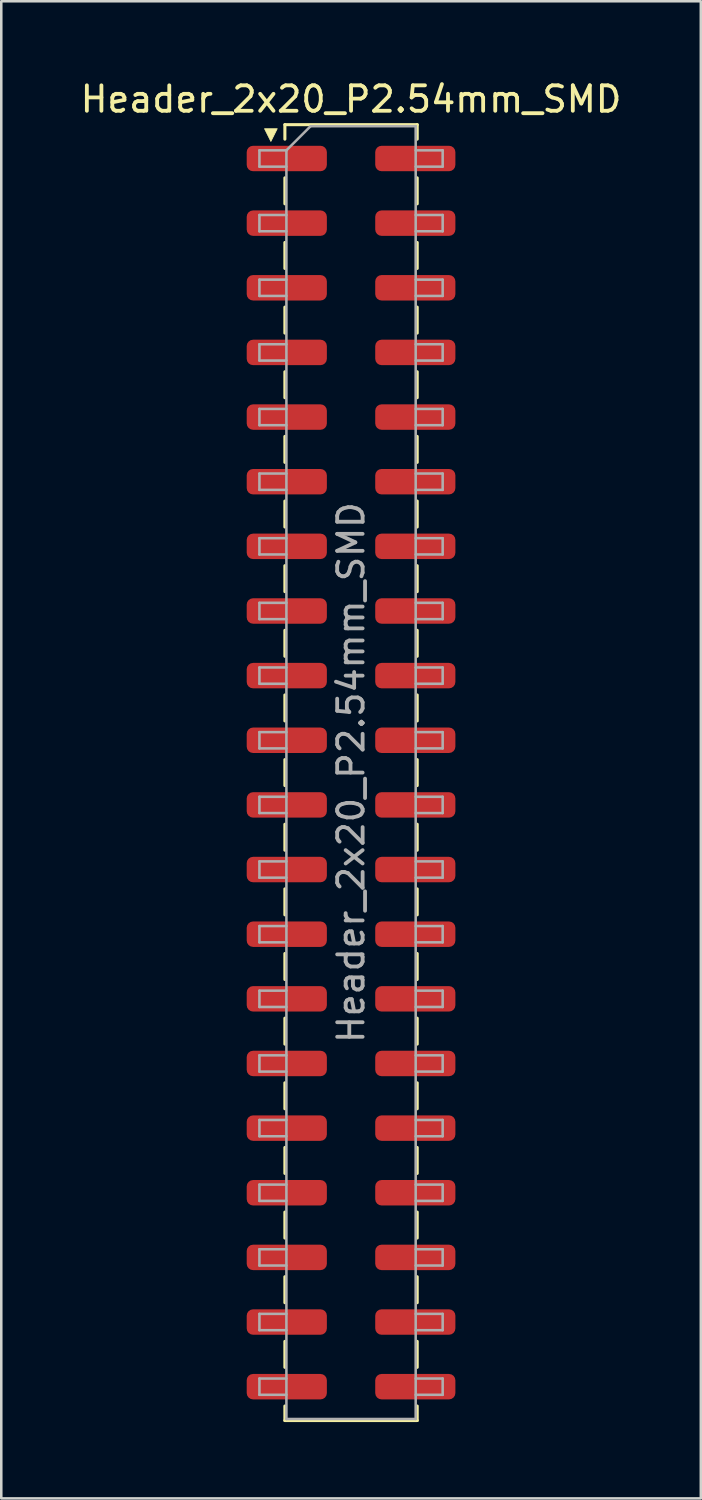
<source format=kicad_pcb>
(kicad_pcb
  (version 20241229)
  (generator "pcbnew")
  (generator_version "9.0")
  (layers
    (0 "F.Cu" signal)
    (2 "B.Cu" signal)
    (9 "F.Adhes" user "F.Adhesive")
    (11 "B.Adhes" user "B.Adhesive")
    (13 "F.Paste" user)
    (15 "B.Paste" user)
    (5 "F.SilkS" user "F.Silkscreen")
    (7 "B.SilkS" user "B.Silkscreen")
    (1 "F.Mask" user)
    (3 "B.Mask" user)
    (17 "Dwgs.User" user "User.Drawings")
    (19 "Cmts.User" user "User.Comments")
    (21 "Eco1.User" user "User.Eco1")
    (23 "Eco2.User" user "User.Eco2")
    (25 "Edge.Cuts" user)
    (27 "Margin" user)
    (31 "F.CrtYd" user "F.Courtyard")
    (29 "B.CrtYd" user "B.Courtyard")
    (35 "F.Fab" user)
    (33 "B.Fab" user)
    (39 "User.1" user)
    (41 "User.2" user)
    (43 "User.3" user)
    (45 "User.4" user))
  (footprint "Header_2x20_P2.54mm_SMD"
    (layer "F.Cu")
    (at 10.744 27.308)
    (property "Reference" "Header_2x20_P2.54mm_SMD" (at 0 -26.46 0) (layer "F.SilkS") (effects (font (size 1 1) (thickness 0.15))))
    (attr smd)
    (fp_line (start -2.6 -25.46) (end -2.6 -24.89) (stroke (width 0.12) (type solid)) (layer "F.SilkS"))
    (fp_line (start -2.6 -25.46) (end 2.6 -25.46) (stroke (width 0.12) (type solid)) (layer "F.SilkS"))
    (fp_line (start -2.6 -23.37) (end -2.6 -22.35) (stroke (width 0.12) (type solid)) (layer "F.SilkS"))
    (fp_line (start -2.6 -20.83) (end -2.6 -19.81) (stroke (width 0.12) (type solid)) (layer "F.SilkS"))
    (fp_line (start -2.6 -18.29) (end -2.6 -17.27) (stroke (width 0.12) (type solid)) (layer "F.SilkS"))
    (fp_line (start -2.6 -15.75) (end -2.6 -14.73) (stroke (width 0.12) (type solid)) (layer "F.SilkS"))
    (fp_line (start -2.6 -13.21) (end -2.6 -12.19) (stroke (width 0.12) (type solid)) (layer "F.SilkS"))
    (fp_line (start -2.6 -10.67) (end -2.6 -9.65) (stroke (width 0.12) (type solid)) (layer "F.SilkS"))
    (fp_line (start -2.6 -8.13) (end -2.6 -7.11) (stroke (width 0.12) (type solid)) (layer "F.SilkS"))
    (fp_line (start -2.6 -5.59) (end -2.6 -4.57) (stroke (width 0.12) (type solid)) (layer "F.SilkS"))
    (fp_line (start -2.6 -3.05) (end -2.6 -2.03) (stroke (width 0.12) (type solid)) (layer "F.SilkS"))
    (fp_line (start -2.6 -0.51) (end -2.6 0.51) (stroke (width 0.12) (type solid)) (layer "F.SilkS"))
    (fp_line (start -2.6 2.03) (end -2.6 3.05) (stroke (width 0.12) (type solid)) (layer "F.SilkS"))
    (fp_line (start -2.6 4.57) (end -2.6 5.59) (stroke (width 0.12) (type solid)) (layer "F.SilkS"))
    (fp_line (start -2.6 7.11) (end -2.6 8.13) (stroke (width 0.12) (type solid)) (layer "F.SilkS"))
    (fp_line (start -2.6 9.65) (end -2.6 10.67) (stroke (width 0.12) (type solid)) (layer "F.SilkS"))
    (fp_line (start -2.6 12.19) (end -2.6 13.21) (stroke (width 0.12) (type solid)) (layer "F.SilkS"))
    (fp_line (start -2.6 14.73) (end -2.6 15.75) (stroke (width 0.12) (type solid)) (layer "F.SilkS"))
    (fp_line (start -2.6 17.27) (end -2.6 18.29) (stroke (width 0.12) (type solid)) (layer "F.SilkS"))
    (fp_line (start -2.6 19.81) (end -2.6 20.83) (stroke (width 0.12) (type solid)) (layer "F.SilkS"))
    (fp_line (start -2.6 22.35) (end -2.6 23.37) (stroke (width 0.12) (type solid)) (layer "F.SilkS"))
    (fp_line (start -2.6 24.89) (end -2.6 25.46) (stroke (width 0.12) (type solid)) (layer "F.SilkS"))
    (fp_line (start -2.6 25.46) (end 2.6 25.46) (stroke (width 0.12) (type solid)) (layer "F.SilkS"))
    (fp_line (start 2.6 -25.46) (end 2.6 -24.89) (stroke (width 0.12) (type solid)) (layer "F.SilkS"))
    (fp_line (start 2.6 -23.37) (end 2.6 -22.35) (stroke (width 0.12) (type solid)) (layer "F.SilkS"))
    (fp_line (start 2.6 -20.83) (end 2.6 -19.81) (stroke (width 0.12) (type solid)) (layer "F.SilkS"))
    (fp_line (start 2.6 -18.29) (end 2.6 -17.27) (stroke (width 0.12) (type solid)) (layer "F.SilkS"))
    (fp_line (start 2.6 -15.75) (end 2.6 -14.73) (stroke (width 0.12) (type solid)) (layer "F.SilkS"))
    (fp_line (start 2.6 -13.21) (end 2.6 -12.19) (stroke (width 0.12) (type solid)) (layer "F.SilkS"))
    (fp_line (start 2.6 -10.67) (end 2.6 -9.65) (stroke (width 0.12) (type solid)) (layer "F.SilkS"))
    (fp_line (start 2.6 -8.13) (end 2.6 -7.11) (stroke (width 0.12) (type solid)) (layer "F.SilkS"))
    (fp_line (start 2.6 -5.59) (end 2.6 -4.57) (stroke (width 0.12) (type solid)) (layer "F.SilkS"))
    (fp_line (start 2.6 -3.05) (end 2.6 -2.03) (stroke (width 0.12) (type solid)) (layer "F.SilkS"))
    (fp_line (start 2.6 -0.51) (end 2.6 0.51) (stroke (width 0.12) (type solid)) (layer "F.SilkS"))
    (fp_line (start 2.6 2.03) (end 2.6 3.05) (stroke (width 0.12) (type solid)) (layer "F.SilkS"))
    (fp_line (start 2.6 4.57) (end 2.6 5.59) (stroke (width 0.12) (type solid)) (layer "F.SilkS"))
    (fp_line (start 2.6 7.11) (end 2.6 8.13) (stroke (width 0.12) (type solid)) (layer "F.SilkS"))
    (fp_line (start 2.6 9.65) (end 2.6 10.67) (stroke (width 0.12) (type solid)) (layer "F.SilkS"))
    (fp_line (start 2.6 12.19) (end 2.6 13.21) (stroke (width 0.12) (type solid)) (layer "F.SilkS"))
    (fp_line (start 2.6 14.73) (end 2.6 15.75) (stroke (width 0.12) (type solid)) (layer "F.SilkS"))
    (fp_line (start 2.6 17.27) (end 2.6 18.29) (stroke (width 0.12) (type solid)) (layer "F.SilkS"))
    (fp_line (start 2.6 19.81) (end 2.6 20.83) (stroke (width 0.12) (type solid)) (layer "F.SilkS"))
    (fp_line (start 2.6 22.35) (end 2.6 23.37) (stroke (width 0.12) (type solid)) (layer "F.SilkS"))
    (fp_line (start 2.6 24.89) (end 2.6 25.46) (stroke (width 0.12) (type solid)) (layer "F.SilkS"))
    (fp_poly (pts (xy -3.15 -24.8) (xy -3.4 -25.3) (xy -2.9 -25.3)) (stroke (width 0.03) (type solid)) (fill yes) (layer "F.SilkS"))
    (fp_line (start -3.6 -24.45) (end -3.6 -23.81) (stroke (width 0.1) (type solid)) (layer "F.Fab"))
    (fp_line (start -3.6 -23.81) (end -2.54 -23.81) (stroke (width 0.1) (type solid)) (layer "F.Fab"))
    (fp_line (start -3.6 -21.91) (end -3.6 -21.27) (stroke (width 0.1) (type solid)) (layer "F.Fab"))
    (fp_line (start -3.6 -21.27) (end -2.54 -21.27) (stroke (width 0.1) (type solid)) (layer "F.Fab"))
    (fp_line (start -3.6 -19.37) (end -3.6 -18.73) (stroke (width 0.1) (type solid)) (layer "F.Fab"))
    (fp_line (start -3.6 -18.73) (end -2.54 -18.73) (stroke (width 0.1) (type solid)) (layer "F.Fab"))
    (fp_line (start -3.6 -16.83) (end -3.6 -16.19) (stroke (width 0.1) (type solid)) (layer "F.Fab"))
    (fp_line (start -3.6 -16.19) (end -2.54 -16.19) (stroke (width 0.1) (type solid)) (layer "F.Fab"))
    (fp_line (start -3.6 -14.29) (end -3.6 -13.65) (stroke (width 0.1) (type solid)) (layer "F.Fab"))
    (fp_line (start -3.6 -13.65) (end -2.54 -13.65) (stroke (width 0.1) (type solid)) (layer "F.Fab"))
    (fp_line (start -3.6 -11.75) (end -3.6 -11.11) (stroke (width 0.1) (type solid)) (layer "F.Fab"))
    (fp_line (start -3.6 -11.11) (end -2.54 -11.11) (stroke (width 0.1) (type solid)) (layer "F.Fab"))
    (fp_line (start -3.6 -9.21) (end -3.6 -8.57) (stroke (width 0.1) (type solid)) (layer "F.Fab"))
    (fp_line (start -3.6 -8.57) (end -2.54 -8.57) (stroke (width 0.1) (type solid)) (layer "F.Fab"))
    (fp_line (start -3.6 -6.67) (end -3.6 -6.03) (stroke (width 0.1) (type solid)) (layer "F.Fab"))
    (fp_line (start -3.6 -6.03) (end -2.54 -6.03) (stroke (width 0.1) (type solid)) (layer "F.Fab"))
    (fp_line (start -3.6 -4.13) (end -3.6 -3.49) (stroke (width 0.1) (type solid)) (layer "F.Fab"))
    (fp_line (start -3.6 -3.49) (end -2.54 -3.49) (stroke (width 0.1) (type solid)) (layer "F.Fab"))
    (fp_line (start -3.6 -1.59) (end -3.6 -0.95) (stroke (width 0.1) (type solid)) (layer "F.Fab"))
    (fp_line (start -3.6 -0.95) (end -2.54 -0.95) (stroke (width 0.1) (type solid)) (layer "F.Fab"))
    (fp_line (start -3.6 0.95) (end -3.6 1.59) (stroke (width 0.1) (type solid)) (layer "F.Fab"))
    (fp_line (start -3.6 1.59) (end -2.54 1.59) (stroke (width 0.1) (type solid)) (layer "F.Fab"))
    (fp_line (start -3.6 3.49) (end -3.6 4.13) (stroke (width 0.1) (type solid)) (layer "F.Fab"))
    (fp_line (start -3.6 4.13) (end -2.54 4.13) (stroke (width 0.1) (type solid)) (layer "F.Fab"))
    (fp_line (start -3.6 6.03) (end -3.6 6.67) (stroke (width 0.1) (type solid)) (layer "F.Fab"))
    (fp_line (start -3.6 6.67) (end -2.54 6.67) (stroke (width 0.1) (type solid)) (layer "F.Fab"))
    (fp_line (start -3.6 8.57) (end -3.6 9.21) (stroke (width 0.1) (type solid)) (layer "F.Fab"))
    (fp_line (start -3.6 9.21) (end -2.54 9.21) (stroke (width 0.1) (type solid)) (layer "F.Fab"))
    (fp_line (start -3.6 11.11) (end -3.6 11.75) (stroke (width 0.1) (type solid)) (layer "F.Fab"))
    (fp_line (start -3.6 11.75) (end -2.54 11.75) (stroke (width 0.1) (type solid)) (layer "F.Fab"))
    (fp_line (start -3.6 13.65) (end -3.6 14.29) (stroke (width 0.1) (type solid)) (layer "F.Fab"))
    (fp_line (start -3.6 14.29) (end -2.54 14.29) (stroke (width 0.1) (type solid)) (layer "F.Fab"))
    (fp_line (start -3.6 16.19) (end -3.6 16.83) (stroke (width 0.1) (type solid)) (layer "F.Fab"))
    (fp_line (start -3.6 16.83) (end -2.54 16.83) (stroke (width 0.1) (type solid)) (layer "F.Fab"))
    (fp_line (start -3.6 18.73) (end -3.6 19.37) (stroke (width 0.1) (type solid)) (layer "F.Fab"))
    (fp_line (start -3.6 19.37) (end -2.54 19.37) (stroke (width 0.1) (type solid)) (layer "F.Fab"))
    (fp_line (start -3.6 21.27) (end -3.6 21.91) (stroke (width 0.1) (type solid)) (layer "F.Fab"))
    (fp_line (start -3.6 21.91) (end -2.54 21.91) (stroke (width 0.1) (type solid)) (layer "F.Fab"))
    (fp_line (start -3.6 23.81) (end -3.6 24.45) (stroke (width 0.1) (type solid)) (layer "F.Fab"))
    (fp_line (start -3.6 24.45) (end -2.54 24.45) (stroke (width 0.1) (type solid)) (layer "F.Fab"))
    (fp_line (start -2.54 -24.45) (end -3.6 -24.45) (stroke (width 0.1) (type solid)) (layer "F.Fab"))
    (fp_line (start -2.54 -24.45) (end -1.59 -25.4) (stroke (width 0.1) (type solid)) (layer "F.Fab"))
    (fp_line (start -2.54 -21.91) (end -3.6 -21.91) (stroke (width 0.1) (type solid)) (layer "F.Fab"))
    (fp_line (start -2.54 -19.37) (end -3.6 -19.37) (stroke (width 0.1) (type solid)) (layer "F.Fab"))
    (fp_line (start -2.54 -16.83) (end -3.6 -16.83) (stroke (width 0.1) (type solid)) (layer "F.Fab"))
    (fp_line (start -2.54 -14.29) (end -3.6 -14.29) (stroke (width 0.1) (type solid)) (layer "F.Fab"))
    (fp_line (start -2.54 -11.75) (end -3.6 -11.75) (stroke (width 0.1) (type solid)) (layer "F.Fab"))
    (fp_line (start -2.54 -9.21) (end -3.6 -9.21) (stroke (width 0.1) (type solid)) (layer "F.Fab"))
    (fp_line (start -2.54 -6.67) (end -3.6 -6.67) (stroke (width 0.1) (type solid)) (layer "F.Fab"))
    (fp_line (start -2.54 -4.13) (end -3.6 -4.13) (stroke (width 0.1) (type solid)) (layer "F.Fab"))
    (fp_line (start -2.54 -1.59) (end -3.6 -1.59) (stroke (width 0.1) (type solid)) (layer "F.Fab"))
    (fp_line (start -2.54 0.95) (end -3.6 0.95) (stroke (width 0.1) (type solid)) (layer "F.Fab"))
    (fp_line (start -2.54 3.49) (end -3.6 3.49) (stroke (width 0.1) (type solid)) (layer "F.Fab"))
    (fp_line (start -2.54 6.03) (end -3.6 6.03) (stroke (width 0.1) (type solid)) (layer "F.Fab"))
    (fp_line (start -2.54 8.57) (end -3.6 8.57) (stroke (width 0.1) (type solid)) (layer "F.Fab"))
    (fp_line (start -2.54 11.11) (end -3.6 11.11) (stroke (width 0.1) (type solid)) (layer "F.Fab"))
    (fp_line (start -2.54 13.65) (end -3.6 13.65) (stroke (width 0.1) (type solid)) (layer "F.Fab"))
    (fp_line (start -2.54 16.19) (end -3.6 16.19) (stroke (width 0.1) (type solid)) (layer "F.Fab"))
    (fp_line (start -2.54 18.73) (end -3.6 18.73) (stroke (width 0.1) (type solid)) (layer "F.Fab"))
    (fp_line (start -2.54 21.27) (end -3.6 21.27) (stroke (width 0.1) (type solid)) (layer "F.Fab"))
    (fp_line (start -2.54 23.81) (end -3.6 23.81) (stroke (width 0.1) (type solid)) (layer "F.Fab"))
    (fp_line (start -2.54 25.4) (end -2.54 -24.45) (stroke (width 0.1) (type solid)) (layer "F.Fab"))
    (fp_line (start -1.59 -25.4) (end 2.54 -25.4) (stroke (width 0.1) (type solid)) (layer "F.Fab"))
    (fp_line (start 2.54 -25.4) (end 2.54 25.4) (stroke (width 0.1) (type solid)) (layer "F.Fab"))
    (fp_line (start 2.54 -24.45) (end 3.6 -24.45) (stroke (width 0.1) (type solid)) (layer "F.Fab"))
    (fp_line (start 2.54 -21.91) (end 3.6 -21.91) (stroke (width 0.1) (type solid)) (layer "F.Fab"))
    (fp_line (start 2.54 -19.37) (end 3.6 -19.37) (stroke (width 0.1) (type solid)) (layer "F.Fab"))
    (fp_line (start 2.54 -16.83) (end 3.6 -16.83) (stroke (width 0.1) (type solid)) (layer "F.Fab"))
    (fp_line (start 2.54 -14.29) (end 3.6 -14.29) (stroke (width 0.1) (type solid)) (layer "F.Fab"))
    (fp_line (start 2.54 -11.75) (end 3.6 -11.75) (stroke (width 0.1) (type solid)) (layer "F.Fab"))
    (fp_line (start 2.54 -9.21) (end 3.6 -9.21) (stroke (width 0.1) (type solid)) (layer "F.Fab"))
    (fp_line (start 2.54 -6.67) (end 3.6 -6.67) (stroke (width 0.1) (type solid)) (layer "F.Fab"))
    (fp_line (start 2.54 -4.13) (end 3.6 -4.13) (stroke (width 0.1) (type solid)) (layer "F.Fab"))
    (fp_line (start 2.54 -1.59) (end 3.6 -1.59) (stroke (width 0.1) (type solid)) (layer "F.Fab"))
    (fp_line (start 2.54 0.95) (end 3.6 0.95) (stroke (width 0.1) (type solid)) (layer "F.Fab"))
    (fp_line (start 2.54 3.49) (end 3.6 3.49) (stroke (width 0.1) (type solid)) (layer "F.Fab"))
    (fp_line (start 2.54 6.03) (end 3.6 6.03) (stroke (width 0.1) (type solid)) (layer "F.Fab"))
    (fp_line (start 2.54 8.57) (end 3.6 8.57) (stroke (width 0.1) (type solid)) (layer "F.Fab"))
    (fp_line (start 2.54 11.11) (end 3.6 11.11) (stroke (width 0.1) (type solid)) (layer "F.Fab"))
    (fp_line (start 2.54 13.65) (end 3.6 13.65) (stroke (width 0.1) (type solid)) (layer "F.Fab"))
    (fp_line (start 2.54 16.19) (end 3.6 16.19) (stroke (width 0.1) (type solid)) (layer "F.Fab"))
    (fp_line (start 2.54 18.73) (end 3.6 18.73) (stroke (width 0.1) (type solid)) (layer "F.Fab"))
    (fp_line (start 2.54 21.27) (end 3.6 21.27) (stroke (width 0.1) (type solid)) (layer "F.Fab"))
    (fp_line (start 2.54 23.81) (end 3.6 23.81) (stroke (width 0.1) (type solid)) (layer "F.Fab"))
    (fp_line (start 2.54 25.4) (end -2.54 25.4) (stroke (width 0.1) (type solid)) (layer "F.Fab"))
    (fp_line (start 3.6 -24.45) (end 3.6 -23.81) (stroke (width 0.1) (type solid)) (layer "F.Fab"))
    (fp_line (start 3.6 -23.81) (end 2.54 -23.81) (stroke (width 0.1) (type solid)) (layer "F.Fab"))
    (fp_line (start 3.6 -21.91) (end 3.6 -21.27) (stroke (width 0.1) (type solid)) (layer "F.Fab"))
    (fp_line (start 3.6 -21.27) (end 2.54 -21.27) (stroke (width 0.1) (type solid)) (layer "F.Fab"))
    (fp_line (start 3.6 -19.37) (end 3.6 -18.73) (stroke (width 0.1) (type solid)) (layer "F.Fab"))
    (fp_line (start 3.6 -18.73) (end 2.54 -18.73) (stroke (width 0.1) (type solid)) (layer "F.Fab"))
    (fp_line (start 3.6 -16.83) (end 3.6 -16.19) (stroke (width 0.1) (type solid)) (layer "F.Fab"))
    (fp_line (start 3.6 -16.19) (end 2.54 -16.19) (stroke (width 0.1) (type solid)) (layer "F.Fab"))
    (fp_line (start 3.6 -14.29) (end 3.6 -13.65) (stroke (width 0.1) (type solid)) (layer "F.Fab"))
    (fp_line (start 3.6 -13.65) (end 2.54 -13.65) (stroke (width 0.1) (type solid)) (layer "F.Fab"))
    (fp_line (start 3.6 -11.75) (end 3.6 -11.11) (stroke (width 0.1) (type solid)) (layer "F.Fab"))
    (fp_line (start 3.6 -11.11) (end 2.54 -11.11) (stroke (width 0.1) (type solid)) (layer "F.Fab"))
    (fp_line (start 3.6 -9.21) (end 3.6 -8.57) (stroke (width 0.1) (type solid)) (layer "F.Fab"))
    (fp_line (start 3.6 -8.57) (end 2.54 -8.57) (stroke (width 0.1) (type solid)) (layer "F.Fab"))
    (fp_line (start 3.6 -6.67) (end 3.6 -6.03) (stroke (width 0.1) (type solid)) (layer "F.Fab"))
    (fp_line (start 3.6 -6.03) (end 2.54 -6.03) (stroke (width 0.1) (type solid)) (layer "F.Fab"))
    (fp_line (start 3.6 -4.13) (end 3.6 -3.49) (stroke (width 0.1) (type solid)) (layer "F.Fab"))
    (fp_line (start 3.6 -3.49) (end 2.54 -3.49) (stroke (width 0.1) (type solid)) (layer "F.Fab"))
    (fp_line (start 3.6 -1.59) (end 3.6 -0.95) (stroke (width 0.1) (type solid)) (layer "F.Fab"))
    (fp_line (start 3.6 -0.95) (end 2.54 -0.95) (stroke (width 0.1) (type solid)) (layer "F.Fab"))
    (fp_line (start 3.6 0.95) (end 3.6 1.59) (stroke (width 0.1) (type solid)) (layer "F.Fab"))
    (fp_line (start 3.6 1.59) (end 2.54 1.59) (stroke (width 0.1) (type solid)) (layer "F.Fab"))
    (fp_line (start 3.6 3.49) (end 3.6 4.13) (stroke (width 0.1) (type solid)) (layer "F.Fab"))
    (fp_line (start 3.6 4.13) (end 2.54 4.13) (stroke (width 0.1) (type solid)) (layer "F.Fab"))
    (fp_line (start 3.6 6.03) (end 3.6 6.67) (stroke (width 0.1) (type solid)) (layer "F.Fab"))
    (fp_line (start 3.6 6.67) (end 2.54 6.67) (stroke (width 0.1) (type solid)) (layer "F.Fab"))
    (fp_line (start 3.6 8.57) (end 3.6 9.21) (stroke (width 0.1) (type solid)) (layer "F.Fab"))
    (fp_line (start 3.6 9.21) (end 2.54 9.21) (stroke (width 0.1) (type solid)) (layer "F.Fab"))
    (fp_line (start 3.6 11.11) (end 3.6 11.75) (stroke (width 0.1) (type solid)) (layer "F.Fab"))
    (fp_line (start 3.6 11.75) (end 2.54 11.75) (stroke (width 0.1) (type solid)) (layer "F.Fab"))
    (fp_line (start 3.6 13.65) (end 3.6 14.29) (stroke (width 0.1) (type solid)) (layer "F.Fab"))
    (fp_line (start 3.6 14.29) (end 2.54 14.29) (stroke (width 0.1) (type solid)) (layer "F.Fab"))
    (fp_line (start 3.6 16.19) (end 3.6 16.83) (stroke (width 0.1) (type solid)) (layer "F.Fab"))
    (fp_line (start 3.6 16.83) (end 2.54 16.83) (stroke (width 0.1) (type solid)) (layer "F.Fab"))
    (fp_line (start 3.6 18.73) (end 3.6 19.37) (stroke (width 0.1) (type solid)) (layer "F.Fab"))
    (fp_line (start 3.6 19.37) (end 2.54 19.37) (stroke (width 0.1) (type solid)) (layer "F.Fab"))
    (fp_line (start 3.6 21.27) (end 3.6 21.91) (stroke (width 0.1) (type solid)) (layer "F.Fab"))
    (fp_line (start 3.6 21.91) (end 2.54 21.91) (stroke (width 0.1) (type solid)) (layer "F.Fab"))
    (fp_line (start 3.6 23.81) (end 3.6 24.45) (stroke (width 0.1) (type solid)) (layer "F.Fab"))
    (fp_line (start 3.6 24.45) (end 2.54 24.45) (stroke (width 0.1) (type solid)) (layer "F.Fab"))
    (fp_text user "${REFERENCE}" (at 0 0 90) (layer "F.Fab") (effects (font (size 1 1) (thickness 0.15))))
    (pad "1" smd roundrect (at -2.525 -24.13) (size 3.15 1) (layers "F.Cu" "F.Mask" "F.Paste") (roundrect_rratio 0.25))
    (pad "2" smd roundrect (at 2.525 -24.13) (size 3.15 1) (layers "F.Cu" "F.Mask" "F.Paste") (roundrect_rratio 0.25))
    (pad "3" smd roundrect (at -2.525 -21.59) (size 3.15 1) (layers "F.Cu" "F.Mask" "F.Paste") (roundrect_rratio 0.25))
    (pad "4" smd roundrect (at 2.525 -21.59) (size 3.15 1) (layers "F.Cu" "F.Mask" "F.Paste") (roundrect_rratio 0.25))
    (pad "5" smd roundrect (at -2.525 -19.05) (size 3.15 1) (layers "F.Cu" "F.Mask" "F.Paste") (roundrect_rratio 0.25))
    (pad "6" smd roundrect (at 2.525 -19.05) (size 3.15 1) (layers "F.Cu" "F.Mask" "F.Paste") (roundrect_rratio 0.25))
    (pad "7" smd roundrect (at -2.525 -16.51) (size 3.15 1) (layers "F.Cu" "F.Mask" "F.Paste") (roundrect_rratio 0.25))
    (pad "8" smd roundrect (at 2.525 -16.51) (size 3.15 1) (layers "F.Cu" "F.Mask" "F.Paste") (roundrect_rratio 0.25))
    (pad "9" smd roundrect (at -2.525 -13.97) (size 3.15 1) (layers "F.Cu" "F.Mask" "F.Paste") (roundrect_rratio 0.25))
    (pad "10" smd roundrect (at 2.525 -13.97) (size 3.15 1) (layers "F.Cu" "F.Mask" "F.Paste") (roundrect_rratio 0.25))
    (pad "11" smd roundrect (at -2.525 -11.43) (size 3.15 1) (layers "F.Cu" "F.Mask" "F.Paste") (roundrect_rratio 0.25))
    (pad "12" smd roundrect (at 2.525 -11.43) (size 3.15 1) (layers "F.Cu" "F.Mask" "F.Paste") (roundrect_rratio 0.25))
    (pad "13" smd roundrect (at -2.525 -8.89) (size 3.15 1) (layers "F.Cu" "F.Mask" "F.Paste") (roundrect_rratio 0.25))
    (pad "14" smd roundrect (at 2.525 -8.89) (size 3.15 1) (layers "F.Cu" "F.Mask" "F.Paste") (roundrect_rratio 0.25))
    (pad "15" smd roundrect (at -2.525 -6.35) (size 3.15 1) (layers "F.Cu" "F.Mask" "F.Paste") (roundrect_rratio 0.25))
    (pad "16" smd roundrect (at 2.525 -6.35) (size 3.15 1) (layers "F.Cu" "F.Mask" "F.Paste") (roundrect_rratio 0.25))
    (pad "17" smd roundrect (at -2.525 -3.81) (size 3.15 1) (layers "F.Cu" "F.Mask" "F.Paste") (roundrect_rratio 0.25))
    (pad "18" smd roundrect (at 2.525 -3.81) (size 3.15 1) (layers "F.Cu" "F.Mask" "F.Paste") (roundrect_rratio 0.25))
    (pad "19" smd roundrect (at -2.525 -1.27) (size 3.15 1) (layers "F.Cu" "F.Mask" "F.Paste") (roundrect_rratio 0.25))
    (pad "20" smd roundrect (at 2.525 -1.27) (size 3.15 1) (layers "F.Cu" "F.Mask" "F.Paste") (roundrect_rratio 0.25))
    (pad "21" smd roundrect (at -2.525 1.27) (size 3.15 1) (layers "F.Cu" "F.Mask" "F.Paste") (roundrect_rratio 0.25))
    (pad "22" smd roundrect (at 2.525 1.27) (size 3.15 1) (layers "F.Cu" "F.Mask" "F.Paste") (roundrect_rratio 0.25))
    (pad "23" smd roundrect (at -2.525 3.81) (size 3.15 1) (layers "F.Cu" "F.Mask" "F.Paste") (roundrect_rratio 0.25))
    (pad "24" smd roundrect (at 2.525 3.81) (size 3.15 1) (layers "F.Cu" "F.Mask" "F.Paste") (roundrect_rratio 0.25))
    (pad "25" smd roundrect (at -2.525 6.35) (size 3.15 1) (layers "F.Cu" "F.Mask" "F.Paste") (roundrect_rratio 0.25))
    (pad "26" smd roundrect (at 2.525 6.35) (size 3.15 1) (layers "F.Cu" "F.Mask" "F.Paste") (roundrect_rratio 0.25))
    (pad "27" smd roundrect (at -2.525 8.89) (size 3.15 1) (layers "F.Cu" "F.Mask" "F.Paste") (roundrect_rratio 0.25))
    (pad "28" smd roundrect (at 2.525 8.89) (size 3.15 1) (layers "F.Cu" "F.Mask" "F.Paste") (roundrect_rratio 0.25))
    (pad "29" smd roundrect (at -2.525 11.43) (size 3.15 1) (layers "F.Cu" "F.Mask" "F.Paste") (roundrect_rratio 0.25))
    (pad "30" smd roundrect (at 2.525 11.43) (size 3.15 1) (layers "F.Cu" "F.Mask" "F.Paste") (roundrect_rratio 0.25))
    (pad "31" smd roundrect (at -2.525 13.97) (size 3.15 1) (layers "F.Cu" "F.Mask" "F.Paste") (roundrect_rratio 0.25))
    (pad "32" smd roundrect (at 2.525 13.97) (size 3.15 1) (layers "F.Cu" "F.Mask" "F.Paste") (roundrect_rratio 0.25))
    (pad "33" smd roundrect (at -2.525 16.51) (size 3.15 1) (layers "F.Cu" "F.Mask" "F.Paste") (roundrect_rratio 0.25))
    (pad "34" smd roundrect (at 2.525 16.51) (size 3.15 1) (layers "F.Cu" "F.Mask" "F.Paste") (roundrect_rratio 0.25))
    (pad "35" smd roundrect (at -2.525 19.05) (size 3.15 1) (layers "F.Cu" "F.Mask" "F.Paste") (roundrect_rratio 0.25))
    (pad "36" smd roundrect (at 2.525 19.05) (size 3.15 1) (layers "F.Cu" "F.Mask" "F.Paste") (roundrect_rratio 0.25))
    (pad "37" smd roundrect (at -2.525 21.59) (size 3.15 1) (layers "F.Cu" "F.Mask" "F.Paste") (roundrect_rratio 0.25))
    (pad "38" smd roundrect (at 2.525 21.59) (size 3.15 1) (layers "F.Cu" "F.Mask" "F.Paste") (roundrect_rratio 0.25))
    (pad "39" smd roundrect (at -2.525 24.13) (size 3.15 1) (layers "F.Cu" "F.Mask" "F.Paste") (roundrect_rratio 0.25))
    (pad "40" smd roundrect (at 2.525 24.13) (size 3.15 1) (layers "F.Cu" "F.Mask" "F.Paste") (roundrect_rratio 0.25)))
  (gr_rect
    (start -3 -3)
    (end 24.488 55.828)
    (stroke (width 0.1) (type default))
    (fill no)
    (layer "Edge.Cuts")))
</source>
